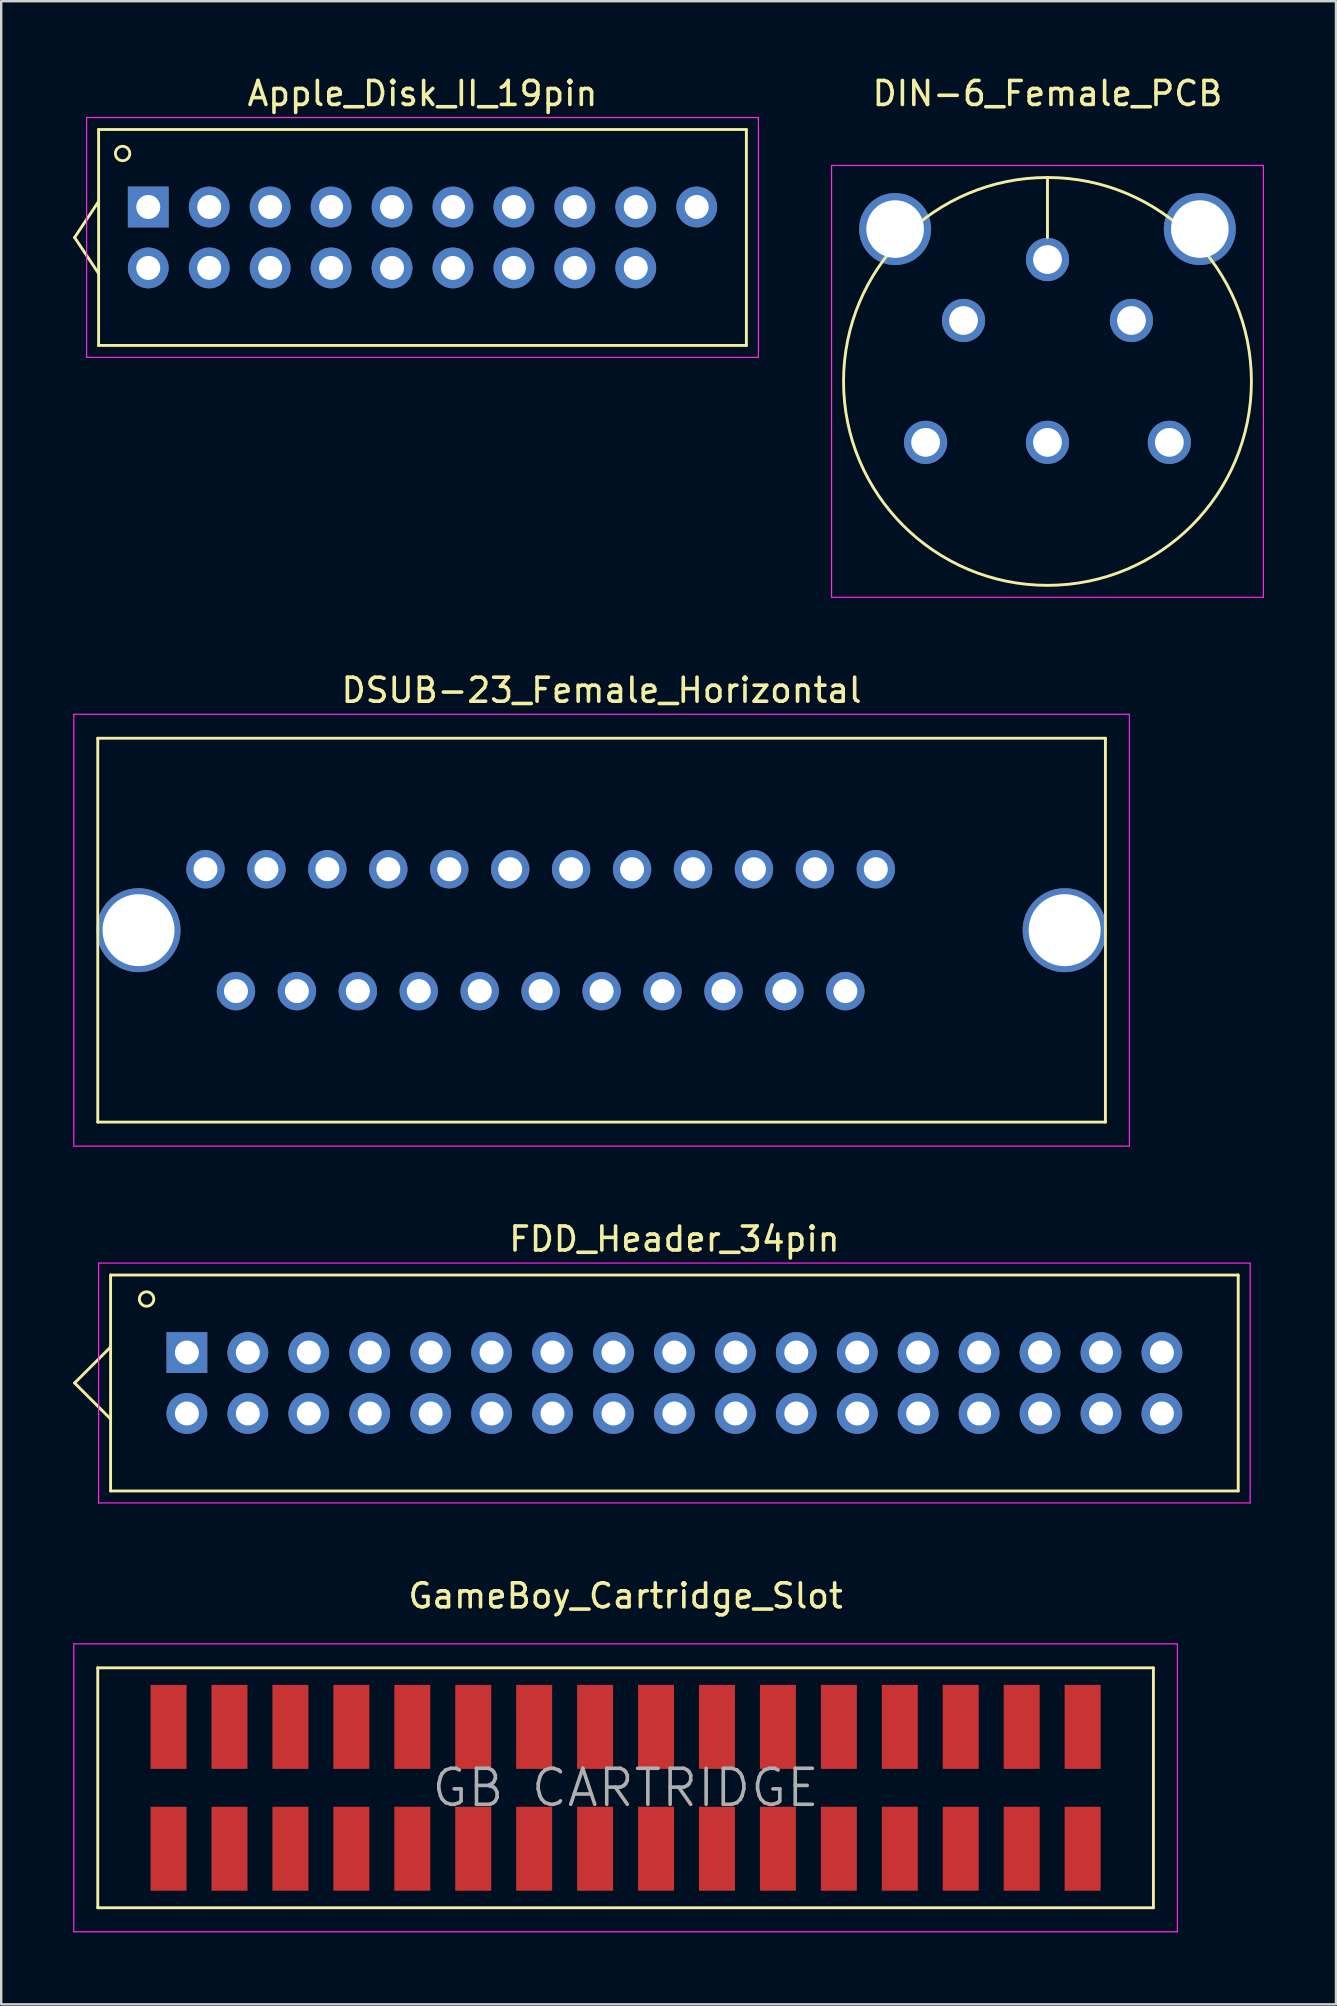
<source format=kicad_pcb>
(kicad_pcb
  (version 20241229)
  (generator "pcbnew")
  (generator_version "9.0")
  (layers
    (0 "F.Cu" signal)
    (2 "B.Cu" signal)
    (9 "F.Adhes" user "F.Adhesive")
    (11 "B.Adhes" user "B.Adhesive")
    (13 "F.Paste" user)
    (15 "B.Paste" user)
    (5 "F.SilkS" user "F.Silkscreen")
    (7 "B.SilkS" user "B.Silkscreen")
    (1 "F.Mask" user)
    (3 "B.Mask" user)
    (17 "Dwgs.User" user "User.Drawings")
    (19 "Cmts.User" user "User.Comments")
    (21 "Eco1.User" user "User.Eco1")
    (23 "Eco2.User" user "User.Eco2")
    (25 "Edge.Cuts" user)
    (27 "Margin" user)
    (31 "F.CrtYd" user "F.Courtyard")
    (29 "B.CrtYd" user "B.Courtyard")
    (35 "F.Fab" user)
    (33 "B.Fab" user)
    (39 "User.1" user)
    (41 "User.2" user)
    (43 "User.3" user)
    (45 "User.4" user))
  (footprint "Apple_Disk_II_19pin"
    (layer "F.Cu")
    (at 14.56 6.848)
    (property "Reference" "Apple_Disk_II_19pin" (at 0 -6 0) (layer "F.SilkS") (effects (font (size 1 1) (thickness 0.15))))
    (attr through_hole)
    (fp_line (start -14.5 0) (end -13.5 -1.5) (stroke (width 0.12) (type solid)) (layer "F.SilkS"))
    (fp_line (start -14.5 0) (end -13.5 1.5) (stroke (width 0.12) (type solid)) (layer "F.SilkS"))
    (fp_line (start -13.5 -4.5) (end -13.5 4.5) (stroke (width 0.12) (type solid)) (layer "F.SilkS"))
    (fp_line (start -13.5 -4.5) (end 13.5 -4.5) (stroke (width 0.12) (type solid)) (layer "F.SilkS"))
    (fp_line (start -13.5 4.5) (end 13.5 4.5) (stroke (width 0.12) (type solid)) (layer "F.SilkS"))
    (fp_line (start 13.5 -4.5) (end 13.5 4.5) (stroke (width 0.12) (type solid)) (layer "F.SilkS"))
    (fp_circle (center -12.5 -3.5) (end -12.2 -3.5) (stroke (width 0.12) (type solid)) (fill no) (layer "F.SilkS"))
    (fp_line (start -14 -5) (end -14 5) (stroke (width 0.05) (type solid)) (layer "F.CrtYd"))
    (fp_line (start -14 -5) (end 14 -5) (stroke (width 0.05) (type solid)) (layer "F.CrtYd"))
    (fp_line (start -14 5) (end 14 5) (stroke (width 0.05) (type solid)) (layer "F.CrtYd"))
    (fp_line (start 14 -5) (end 14 5) (stroke (width 0.05) (type solid)) (layer "F.CrtYd"))
    (pad "1" thru_hole rect (at -11.43 -1.27) (size 1.7 1.7) (drill 1) (layers "*.Cu" "*.Mask"))
    (pad "2" thru_hole circle (at -11.43 1.27) (size 1.7 1.7) (drill 1) (layers "*.Cu" "*.Mask"))
    (pad "3" thru_hole circle (at -8.89 -1.27) (size 1.7 1.7) (drill 1) (layers "*.Cu" "*.Mask"))
    (pad "4" thru_hole circle (at -8.89 1.27) (size 1.7 1.7) (drill 1) (layers "*.Cu" "*.Mask"))
    (pad "5" thru_hole circle (at -6.35 -1.27) (size 1.7 1.7) (drill 1) (layers "*.Cu" "*.Mask"))
    (pad "6" thru_hole circle (at -6.35 1.27) (size 1.7 1.7) (drill 1) (layers "*.Cu" "*.Mask"))
    (pad "7" thru_hole circle (at -3.81 -1.27) (size 1.7 1.7) (drill 1) (layers "*.Cu" "*.Mask"))
    (pad "8" thru_hole circle (at -3.81 1.27) (size 1.7 1.7) (drill 1) (layers "*.Cu" "*.Mask"))
    (pad "9" thru_hole circle (at -1.27 -1.27) (size 1.7 1.7) (drill 1) (layers "*.Cu" "*.Mask"))
    (pad "10" thru_hole circle (at -1.27 1.27) (size 1.7 1.7) (drill 1) (layers "*.Cu" "*.Mask"))
    (pad "11" thru_hole circle (at 1.27 -1.27) (size 1.7 1.7) (drill 1) (layers "*.Cu" "*.Mask"))
    (pad "12" thru_hole circle (at 1.27 1.27) (size 1.7 1.7) (drill 1) (layers "*.Cu" "*.Mask"))
    (pad "13" thru_hole circle (at 3.81 -1.27) (size 1.7 1.7) (drill 1) (layers "*.Cu" "*.Mask"))
    (pad "14" thru_hole circle (at 3.81 1.27) (size 1.7 1.7) (drill 1) (layers "*.Cu" "*.Mask"))
    (pad "15" thru_hole circle (at 6.35 -1.27) (size 1.7 1.7) (drill 1) (layers "*.Cu" "*.Mask"))
    (pad "16" thru_hole circle (at 6.35 1.27) (size 1.7 1.7) (drill 1) (layers "*.Cu" "*.Mask"))
    (pad "17" thru_hole circle (at 8.89 -1.27) (size 1.7 1.7) (drill 1) (layers "*.Cu" "*.Mask"))
    (pad "18" thru_hole circle (at 8.89 1.27) (size 1.7 1.7) (drill 1) (layers "*.Cu" "*.Mask"))
    (pad "19" thru_hole circle (at 11.43 -1.27) (size 1.7 1.7) (drill 1) (layers "*.Cu" "*.Mask")))
  (footprint "GameBoy_Cartridge_Slot"
    (layer "F.Cu")
    (at 23.025 71.468)
    (property "Reference" "GameBoy_Cartridge_Slot" (at 0 -8 0) (layer "F.SilkS") (effects (font (size 1 1) (thickness 0.15))))
    (attr through_hole)
    (fp_line (start -22 -5) (end -22 5) (stroke (width 0.12) (type solid)) (layer "F.SilkS"))
    (fp_line (start -22 -5) (end 22 -5) (stroke (width 0.12) (type solid)) (layer "F.SilkS"))
    (fp_line (start -22 5) (end 22 5) (stroke (width 0.12) (type solid)) (layer "F.SilkS"))
    (fp_line (start 22 -5) (end 22 5) (stroke (width 0.12) (type solid)) (layer "F.SilkS"))
    (fp_line (start -23 -6) (end -23 6) (stroke (width 0.05) (type solid)) (layer "F.CrtYd"))
    (fp_line (start -23 -6) (end 23 -6) (stroke (width 0.05) (type solid)) (layer "F.CrtYd"))
    (fp_line (start -23 6) (end 23 6) (stroke (width 0.05) (type solid)) (layer "F.CrtYd"))
    (fp_line (start 23 -6) (end 23 6) (stroke (width 0.05) (type solid)) (layer "F.CrtYd"))
    (fp_text user "GB CARTRIDGE" (at 0 0 0) (layer "F.Fab") (effects (font (size 1.5 1.5) (thickness 0.15))))
    (pad "1" smd rect (at -19.05 -2.54) (size 1.5 3.5) (layers "F.Cu" "F.Mask" "F.Paste"))
    (pad "2" smd rect (at -19.05 2.54) (size 1.5 3.5) (layers "F.Cu" "F.Mask" "F.Paste"))
    (pad "3" smd rect (at -16.51 -2.54) (size 1.5 3.5) (layers "F.Cu" "F.Mask" "F.Paste"))
    (pad "4" smd rect (at -16.51 2.54) (size 1.5 3.5) (layers "F.Cu" "F.Mask" "F.Paste"))
    (pad "5" smd rect (at -13.97 -2.54) (size 1.5 3.5) (layers "F.Cu" "F.Mask" "F.Paste"))
    (pad "6" smd rect (at -13.97 2.54) (size 1.5 3.5) (layers "F.Cu" "F.Mask" "F.Paste"))
    (pad "7" smd rect (at -11.43 -2.54) (size 1.5 3.5) (layers "F.Cu" "F.Mask" "F.Paste"))
    (pad "8" smd rect (at -11.43 2.54) (size 1.5 3.5) (layers "F.Cu" "F.Mask" "F.Paste"))
    (pad "9" smd rect (at -8.89 -2.54) (size 1.5 3.5) (layers "F.Cu" "F.Mask" "F.Paste"))
    (pad "10" smd rect (at -8.89 2.54) (size 1.5 3.5) (layers "F.Cu" "F.Mask" "F.Paste"))
    (pad "11" smd rect (at -6.35 -2.54) (size 1.5 3.5) (layers "F.Cu" "F.Mask" "F.Paste"))
    (pad "12" smd rect (at -6.35 2.54) (size 1.5 3.5) (layers "F.Cu" "F.Mask" "F.Paste"))
    (pad "13" smd rect (at -3.81 -2.54) (size 1.5 3.5) (layers "F.Cu" "F.Mask" "F.Paste"))
    (pad "14" smd rect (at -3.81 2.54) (size 1.5 3.5) (layers "F.Cu" "F.Mask" "F.Paste"))
    (pad "15" smd rect (at -1.27 -2.54) (size 1.5 3.5) (layers "F.Cu" "F.Mask" "F.Paste"))
    (pad "16" smd rect (at -1.27 2.54) (size 1.5 3.5) (layers "F.Cu" "F.Mask" "F.Paste"))
    (pad "17" smd rect (at 1.27 -2.54) (size 1.5 3.5) (layers "F.Cu" "F.Mask" "F.Paste"))
    (pad "18" smd rect (at 1.27 2.54) (size 1.5 3.5) (layers "F.Cu" "F.Mask" "F.Paste"))
    (pad "19" smd rect (at 3.81 -2.54) (size 1.5 3.5) (layers "F.Cu" "F.Mask" "F.Paste"))
    (pad "20" smd rect (at 3.81 2.54) (size 1.5 3.5) (layers "F.Cu" "F.Mask" "F.Paste"))
    (pad "21" smd rect (at 6.35 -2.54) (size 1.5 3.5) (layers "F.Cu" "F.Mask" "F.Paste"))
    (pad "22" smd rect (at 6.35 2.54) (size 1.5 3.5) (layers "F.Cu" "F.Mask" "F.Paste"))
    (pad "23" smd rect (at 8.89 -2.54) (size 1.5 3.5) (layers "F.Cu" "F.Mask" "F.Paste"))
    (pad "24" smd rect (at 8.89 2.54) (size 1.5 3.5) (layers "F.Cu" "F.Mask" "F.Paste"))
    (pad "25" smd rect (at 11.43 -2.54) (size 1.5 3.5) (layers "F.Cu" "F.Mask" "F.Paste"))
    (pad "26" smd rect (at 11.43 2.54) (size 1.5 3.5) (layers "F.Cu" "F.Mask" "F.Paste"))
    (pad "27" smd rect (at 13.97 -2.54) (size 1.5 3.5) (layers "F.Cu" "F.Mask" "F.Paste"))
    (pad "28" smd rect (at 13.97 2.54) (size 1.5 3.5) (layers "F.Cu" "F.Mask" "F.Paste"))
    (pad "29" smd rect (at 16.51 -2.54) (size 1.5 3.5) (layers "F.Cu" "F.Mask" "F.Paste"))
    (pad "30" smd rect (at 16.51 2.54) (size 1.5 3.5) (layers "F.Cu" "F.Mask" "F.Paste"))
    (pad "31" smd rect (at 19.05 -2.54) (size 1.5 3.5) (layers "F.Cu" "F.Mask" "F.Paste"))
    (pad "32" smd rect (at 19.05 2.54) (size 1.5 3.5) (layers "F.Cu" "F.Mask" "F.Paste")))
  (footprint "FDD_Header_34pin"
    (layer "F.Cu")
    (at 25.06 54.595)
    (property "Reference" "FDD_Header_34pin" (at 0 -6 0) (layer "F.SilkS") (effects (font (size 1 1) (thickness 0.15))))
    (attr through_hole)
    (fp_line (start -25 0) (end -23.5 -1.5) (stroke (width 0.12) (type solid)) (layer "F.SilkS"))
    (fp_line (start -25 0) (end -23.5 1.5) (stroke (width 0.12) (type solid)) (layer "F.SilkS"))
    (fp_line (start -23.5 -4.5) (end -23.5 4.5) (stroke (width 0.12) (type solid)) (layer "F.SilkS"))
    (fp_line (start -23.5 -4.5) (end 23.5 -4.5) (stroke (width 0.12) (type solid)) (layer "F.SilkS"))
    (fp_line (start -23.5 4.5) (end 23.5 4.5) (stroke (width 0.12) (type solid)) (layer "F.SilkS"))
    (fp_line (start 23.5 -4.5) (end 23.5 4.5) (stroke (width 0.12) (type solid)) (layer "F.SilkS"))
    (fp_circle (center -22 -3.5) (end -21.7 -3.5) (stroke (width 0.12) (type solid)) (fill no) (layer "F.SilkS"))
    (fp_line (start -24 -5) (end -24 5) (stroke (width 0.05) (type solid)) (layer "F.CrtYd"))
    (fp_line (start -24 -5) (end 24 -5) (stroke (width 0.05) (type solid)) (layer "F.CrtYd"))
    (fp_line (start -24 5) (end 24 5) (stroke (width 0.05) (type solid)) (layer "F.CrtYd"))
    (fp_line (start 24 -5) (end 24 5) (stroke (width 0.05) (type solid)) (layer "F.CrtYd"))
    (pad "1" thru_hole rect (at -20.32 -1.27) (size 1.7 1.7) (drill 1) (layers "*.Cu" "*.Mask"))
    (pad "2" thru_hole circle (at -20.32 1.27) (size 1.7 1.7) (drill 1) (layers "*.Cu" "*.Mask"))
    (pad "3" thru_hole circle (at -17.78 -1.27) (size 1.7 1.7) (drill 1) (layers "*.Cu" "*.Mask"))
    (pad "4" thru_hole circle (at -17.78 1.27) (size 1.7 1.7) (drill 1) (layers "*.Cu" "*.Mask"))
    (pad "5" thru_hole circle (at -15.24 -1.27) (size 1.7 1.7) (drill 1) (layers "*.Cu" "*.Mask"))
    (pad "6" thru_hole circle (at -15.24 1.27) (size 1.7 1.7) (drill 1) (layers "*.Cu" "*.Mask"))
    (pad "7" thru_hole circle (at -12.7 -1.27) (size 1.7 1.7) (drill 1) (layers "*.Cu" "*.Mask"))
    (pad "8" thru_hole circle (at -12.7 1.27) (size 1.7 1.7) (drill 1) (layers "*.Cu" "*.Mask"))
    (pad "9" thru_hole circle (at -10.16 -1.27) (size 1.7 1.7) (drill 1) (layers "*.Cu" "*.Mask"))
    (pad "10" thru_hole circle (at -10.16 1.27) (size 1.7 1.7) (drill 1) (layers "*.Cu" "*.Mask"))
    (pad "11" thru_hole circle (at -7.62 -1.27) (size 1.7 1.7) (drill 1) (layers "*.Cu" "*.Mask"))
    (pad "12" thru_hole circle (at -7.62 1.27) (size 1.7 1.7) (drill 1) (layers "*.Cu" "*.Mask"))
    (pad "13" thru_hole circle (at -5.08 -1.27) (size 1.7 1.7) (drill 1) (layers "*.Cu" "*.Mask"))
    (pad "14" thru_hole circle (at -5.08 1.27) (size 1.7 1.7) (drill 1) (layers "*.Cu" "*.Mask"))
    (pad "15" thru_hole circle (at -2.54 -1.27) (size 1.7 1.7) (drill 1) (layers "*.Cu" "*.Mask"))
    (pad "16" thru_hole circle (at -2.54 1.27) (size 1.7 1.7) (drill 1) (layers "*.Cu" "*.Mask"))
    (pad "17" thru_hole circle (at 0 -1.27) (size 1.7 1.7) (drill 1) (layers "*.Cu" "*.Mask"))
    (pad "18" thru_hole circle (at 0 1.27) (size 1.7 1.7) (drill 1) (layers "*.Cu" "*.Mask"))
    (pad "19" thru_hole circle (at 2.54 -1.27) (size 1.7 1.7) (drill 1) (layers "*.Cu" "*.Mask"))
    (pad "20" thru_hole circle (at 2.54 1.27) (size 1.7 1.7) (drill 1) (layers "*.Cu" "*.Mask"))
    (pad "21" thru_hole circle (at 5.08 -1.27) (size 1.7 1.7) (drill 1) (layers "*.Cu" "*.Mask"))
    (pad "22" thru_hole circle (at 5.08 1.27) (size 1.7 1.7) (drill 1) (layers "*.Cu" "*.Mask"))
    (pad "23" thru_hole circle (at 7.62 -1.27) (size 1.7 1.7) (drill 1) (layers "*.Cu" "*.Mask"))
    (pad "24" thru_hole circle (at 7.62 1.27) (size 1.7 1.7) (drill 1) (layers "*.Cu" "*.Mask"))
    (pad "25" thru_hole circle (at 10.16 -1.27) (size 1.7 1.7) (drill 1) (layers "*.Cu" "*.Mask"))
    (pad "26" thru_hole circle (at 10.16 1.27) (size 1.7 1.7) (drill 1) (layers "*.Cu" "*.Mask"))
    (pad "27" thru_hole circle (at 12.7 -1.27) (size 1.7 1.7) (drill 1) (layers "*.Cu" "*.Mask"))
    (pad "28" thru_hole circle (at 12.7 1.27) (size 1.7 1.7) (drill 1) (layers "*.Cu" "*.Mask"))
    (pad "29" thru_hole circle (at 15.24 -1.27) (size 1.7 1.7) (drill 1) (layers "*.Cu" "*.Mask"))
    (pad "30" thru_hole circle (at 15.24 1.27) (size 1.7 1.7) (drill 1) (layers "*.Cu" "*.Mask"))
    (pad "31" thru_hole circle (at 17.78 -1.27) (size 1.7 1.7) (drill 1) (layers "*.Cu" "*.Mask"))
    (pad "32" thru_hole circle (at 17.78 1.27) (size 1.7 1.7) (drill 1) (layers "*.Cu" "*.Mask"))
    (pad "33" thru_hole circle (at 20.32 -1.27) (size 1.7 1.7) (drill 1) (layers "*.Cu" "*.Mask"))
    (pad "34" thru_hole circle (at 20.32 1.27) (size 1.7 1.7) (drill 1) (layers "*.Cu" "*.Mask")))
  (footprint "DSUB-23_Female_Horizontal"
    (layer "F.Cu")
    (at 22.025 35.721)
    (property "Reference" "DSUB-23_Female_Horizontal" (at 0 -10 0) (layer "F.SilkS") (effects (font (size 1 1) (thickness 0.15))))
    (attr through_hole)
    (fp_line (start -21 -8) (end -21 8) (stroke (width 0.12) (type solid)) (layer "F.SilkS"))
    (fp_line (start -21 -8) (end 21 -8) (stroke (width 0.12) (type solid)) (layer "F.SilkS"))
    (fp_line (start -21 8) (end 21 8) (stroke (width 0.12) (type solid)) (layer "F.SilkS"))
    (fp_line (start 21 -8) (end 21 8) (stroke (width 0.12) (type solid)) (layer "F.SilkS"))
    (fp_line (start -22 -9) (end -22 9) (stroke (width 0.05) (type solid)) (layer "F.CrtYd"))
    (fp_line (start -22 -9) (end 22 -9) (stroke (width 0.05) (type solid)) (layer "F.CrtYd"))
    (fp_line (start -22 9) (end 22 9) (stroke (width 0.05) (type solid)) (layer "F.CrtYd"))
    (fp_line (start 22 -9) (end 22 9) (stroke (width 0.05) (type solid)) (layer "F.CrtYd"))
    (pad "1" thru_hole circle (at -16.51 -2.54) (size 1.6 1.6) (drill 1) (layers "*.Cu" "*.Mask"))
    (pad "2" thru_hole circle (at -13.97 -2.54) (size 1.6 1.6) (drill 1) (layers "*.Cu" "*.Mask"))
    (pad "3" thru_hole circle (at -11.43 -2.54) (size 1.6 1.6) (drill 1) (layers "*.Cu" "*.Mask"))
    (pad "4" thru_hole circle (at -8.89 -2.54) (size 1.6 1.6) (drill 1) (layers "*.Cu" "*.Mask"))
    (pad "5" thru_hole circle (at -6.35 -2.54) (size 1.6 1.6) (drill 1) (layers "*.Cu" "*.Mask"))
    (pad "6" thru_hole circle (at -3.81 -2.54) (size 1.6 1.6) (drill 1) (layers "*.Cu" "*.Mask"))
    (pad "7" thru_hole circle (at -1.27 -2.54) (size 1.6 1.6) (drill 1) (layers "*.Cu" "*.Mask"))
    (pad "8" thru_hole circle (at 1.27 -2.54) (size 1.6 1.6) (drill 1) (layers "*.Cu" "*.Mask"))
    (pad "9" thru_hole circle (at 3.81 -2.54) (size 1.6 1.6) (drill 1) (layers "*.Cu" "*.Mask"))
    (pad "10" thru_hole circle (at 6.35 -2.54) (size 1.6 1.6) (drill 1) (layers "*.Cu" "*.Mask"))
    (pad "11" thru_hole circle (at 8.89 -2.54) (size 1.6 1.6) (drill 1) (layers "*.Cu" "*.Mask"))
    (pad "12" thru_hole circle (at 11.43 -2.54) (size 1.6 1.6) (drill 1) (layers "*.Cu" "*.Mask"))
    (pad "13" thru_hole circle (at -15.24 2.54) (size 1.6 1.6) (drill 1) (layers "*.Cu" "*.Mask"))
    (pad "14" thru_hole circle (at -12.7 2.54) (size 1.6 1.6) (drill 1) (layers "*.Cu" "*.Mask"))
    (pad "15" thru_hole circle (at -10.16 2.54) (size 1.6 1.6) (drill 1) (layers "*.Cu" "*.Mask"))
    (pad "16" thru_hole circle (at -7.62 2.54) (size 1.6 1.6) (drill 1) (layers "*.Cu" "*.Mask"))
    (pad "17" thru_hole circle (at -5.08 2.54) (size 1.6 1.6) (drill 1) (layers "*.Cu" "*.Mask"))
    (pad "18" thru_hole circle (at -2.54 2.54) (size 1.6 1.6) (drill 1) (layers "*.Cu" "*.Mask"))
    (pad "19" thru_hole circle (at 0 2.54) (size 1.6 1.6) (drill 1) (layers "*.Cu" "*.Mask"))
    (pad "20" thru_hole circle (at 2.54 2.54) (size 1.6 1.6) (drill 1) (layers "*.Cu" "*.Mask"))
    (pad "21" thru_hole circle (at 5.08 2.54) (size 1.6 1.6) (drill 1) (layers "*.Cu" "*.Mask"))
    (pad "22" thru_hole circle (at 7.62 2.54) (size 1.6 1.6) (drill 1) (layers "*.Cu" "*.Mask"))
    (pad "23" thru_hole circle (at 10.16 2.54) (size 1.6 1.6) (drill 1) (layers "*.Cu" "*.Mask"))
    (pad "M1" thru_hole circle (at -19.3 0) (size 3.5 3.5) (drill 3) (layers "*.Cu" "*.Mask"))
    (pad "M2" thru_hole circle (at 19.3 0) (size 3.5 3.5) (drill 3) (layers "*.Cu" "*.Mask")))
  (footprint "DIN-6_Female_PCB"
    (layer "F.Cu")
    (at 40.61 12.848)
    (property "Reference" "DIN-6_Female_PCB" (at 0 -12 0) (layer "F.SilkS") (effects (font (size 1 1) (thickness 0.15))))
    (attr through_hole)
    (fp_line (start 0 -8.5) (end 0 -6) (stroke (width 0.12) (type solid)) (layer "F.SilkS"))
    (fp_circle (center 0 0) (end 8.5 0) (stroke (width 0.12) (type solid)) (fill no) (layer "F.SilkS"))
    (fp_line (start -9 -9) (end -9 9) (stroke (width 0.05) (type solid)) (layer "F.CrtYd"))
    (fp_line (start -9 -9) (end 9 -9) (stroke (width 0.05) (type solid)) (layer "F.CrtYd"))
    (fp_line (start -9 9) (end 9 9) (stroke (width 0.05) (type solid)) (layer "F.CrtYd"))
    (fp_line (start 9 -9) (end 9 9) (stroke (width 0.05) (type solid)) (layer "F.CrtYd"))
    (pad "1" thru_hole circle (at 0 -5.08) (size 1.8 1.8) (drill 1.2) (layers "*.Cu" "*.Mask"))
    (pad "2" thru_hole circle (at -3.5 -2.54) (size 1.8 1.8) (drill 1.2) (layers "*.Cu" "*.Mask"))
    (pad "3" thru_hole circle (at -5.08 2.54) (size 1.8 1.8) (drill 1.2) (layers "*.Cu" "*.Mask"))
    (pad "4" thru_hole circle (at 5.08 2.54) (size 1.8 1.8) (drill 1.2) (layers "*.Cu" "*.Mask"))
    (pad "5" thru_hole circle (at 3.5 -2.54) (size 1.8 1.8) (drill 1.2) (layers "*.Cu" "*.Mask"))
    (pad "6" thru_hole circle (at 0 2.54) (size 1.8 1.8) (drill 1.2) (layers "*.Cu" "*.Mask"))
    (pad "SH1" thru_hole circle (at -6.35 -6.35) (size 3 3) (drill 2.4) (layers "*.Cu" "*.Mask"))
    (pad "SH2" thru_hole circle (at 6.35 -6.35) (size 3 3) (drill 2.4) (layers "*.Cu" "*.Mask")))
  (gr_rect
    (start -3 -3)
    (end 52.635 80.493)
    (stroke (width 0.1) (type default))
    (fill no)
    (layer "Edge.Cuts")))
</source>
